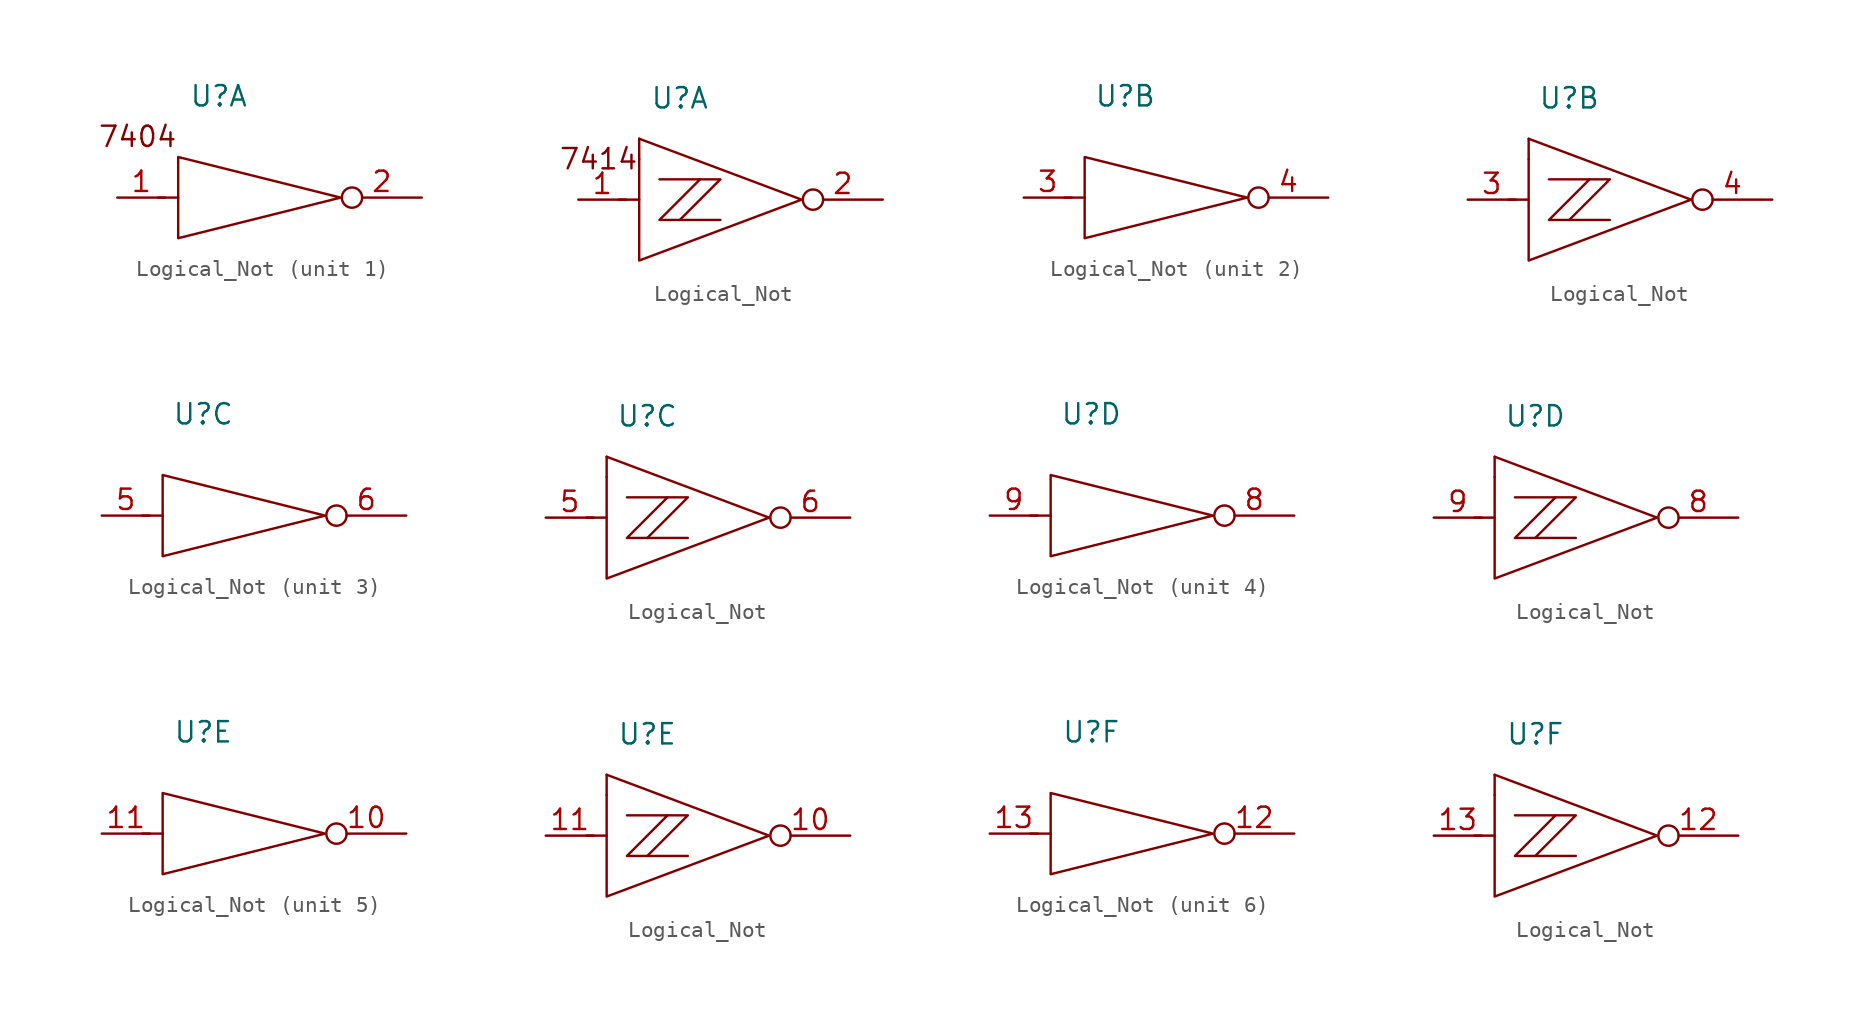
<source format=kicad_sym>
(kicad_symbol_lib
  (version 20231120)
  (generator "kicad_symbol_editor")
  (generator_version "8.0")
  (symbol "Logical_Not"
    (pin_names hide)
    (property "Reference" "U"
      (at 0 0 0)
      (effects (font (size 1.27 1.27))))
    (symbol "Logical_Not_0_0"
      (polyline (pts (xy -3.81 -6.35) (xy -2.54 -6.35)) (stroke (width 0) (type default)) (fill (type none))))
    (symbol "Logical_Not_0_1"
      (polyline (pts (xy -2.54 -3.81) (xy -2.54 -8.89) (xy 7.62 -6.35) (xy -2.54 -3.81)) (stroke (width 0) (type default)) (fill (type none))))
    (symbol "Logical_Not_0_2"
      (polyline (pts (xy -2.54 -2.54) (xy -2.54 -3.81)) (stroke (width 0) (type default)) (fill (type none)))
      (polyline (pts (xy 1.27 -5.08) (xy 2.54 -5.08) (xy 0 -7.62)) (stroke (width 0) (type default)) (fill (type none)))
      (polyline (pts (xy -2.54 -2.54) (xy 7.62 -6.35) (xy -2.54 -10.16) (xy -2.54 -3.81)) (stroke (width 0) (type default)) (fill (type none)))
      (polyline (pts (xy -1.27 -5.08) (xy 1.27 -5.08) (xy -1.27 -7.62) (xy 2.54 -7.62)) (stroke (width 0) (type default)) (fill (type none))))
    (symbol "Logical_Not_1_1"
      (text "7404" (at -5.08 -2.54 0) (effects (font (size 1.27 1.27))))
      (pin input line (at -6.35 -6.35 0) (length 3) (name "A" (effects (font (size 1.27 1.27)))) (number "1" (effects (font (size 1.27 1.27)))))
      (pin output inverted (at 12.7 -6.35 180) (length 5) (name "Y" (effects (font (size 1.27 1.27)))) (number "2" (effects (font (size 1.27 1.27))))))
    (symbol "Logical_Not_1_2"
      (text "7414" (at -5.08 -3.81 0) (effects (font (size 1.27 1.27))))
      (pin input line (at -6.35 -6.35 0) (length 3) (name "A" (effects (font (size 1.27 1.27)))) (number "1" (effects (font (size 1.27 1.27)))))
      (pin output inverted (at 12.7 -6.35 180) (length 5) (name "Y" (effects (font (size 1.27 1.27)))) (number "2" (effects (font (size 1.27 1.27))))))
    (symbol "Logical_Not_2_1"
      (pin input line (at -6.35 -6.35 0) (length 3) (name "A" (effects (font (size 1.27 1.27)))) (number "3" (effects (font (size 1.27 1.27)))))
      (pin output inverted (at 12.7 -6.35 180) (length 5) (name "Y" (effects (font (size 1.27 1.27)))) (number "4" (effects (font (size 1.27 1.27))))))
    (symbol "Logical_Not_2_2"
      (pin input line (at -6.35 -6.35 0) (length 3) (name "A" (effects (font (size 1.27 1.27)))) (number "3" (effects (font (size 1.27 1.27)))))
      (pin output inverted (at 12.7 -6.35 180) (length 5) (name "Y" (effects (font (size 1.27 1.27)))) (number "4" (effects (font (size 1.27 1.27))))))
    (symbol "Logical_Not_3_1"
      (pin input line (at -6.35 -6.35 0) (length 3) (name "A" (effects (font (size 1.27 1.27)))) (number "5" (effects (font (size 1.27 1.27)))))
      (pin output inverted (at 12.7 -6.35 180) (length 5) (name "Y" (effects (font (size 1.27 1.27)))) (number "6" (effects (font (size 1.27 1.27))))))
    (symbol "Logical_Not_3_2"
      (pin input line (at -6.35 -6.35 0) (length 3) (name "A" (effects (font (size 1.27 1.27)))) (number "5" (effects (font (size 1.27 1.27)))))
      (pin output inverted (at 12.7 -6.35 180) (length 5) (name "Y" (effects (font (size 1.27 1.27)))) (number "6" (effects (font (size 1.27 1.27))))))
    (symbol "Logical_Not_4_1"
      (pin output inverted (at 12.7 -6.35 180) (length 5) (name "Y" (effects (font (size 1.27 1.27)))) (number "8" (effects (font (size 1.27 1.27)))))
      (pin input line (at -6.35 -6.35 0) (length 3) (name "A" (effects (font (size 1.27 1.27)))) (number "9" (effects (font (size 1.27 1.27))))))
    (symbol "Logical_Not_4_2"
      (pin output inverted (at 12.7 -6.35 180) (length 5) (name "Y" (effects (font (size 1.27 1.27)))) (number "8" (effects (font (size 1.27 1.27)))))
      (pin input line (at -6.35 -6.35 0) (length 3) (name "A" (effects (font (size 1.27 1.27)))) (number "9" (effects (font (size 1.27 1.27))))))
    (symbol "Logical_Not_5_1"
      (pin output inverted (at 12.7 -6.35 180) (length 5) (name "Y" (effects (font (size 1.27 1.27)))) (number "10" (effects (font (size 1.27 1.27)))))
      (pin input line (at -6.35 -6.35 0) (length 3) (name "A" (effects (font (size 1.27 1.27)))) (number "11" (effects (font (size 1.27 1.27))))))
    (symbol "Logical_Not_5_2"
      (pin output inverted (at 12.7 -6.35 180) (length 5) (name "Y" (effects (font (size 1.27 1.27)))) (number "10" (effects (font (size 1.27 1.27)))))
      (pin input line (at -6.35 -6.35 0) (length 3) (name "A" (effects (font (size 1.27 1.27)))) (number "11" (effects (font (size 1.27 1.27))))))
    (symbol "Logical_Not_6_1"
      (pin output inverted (at 12.7 -6.35 180) (length 5) (name "Y" (effects (font (size 1.27 1.27)))) (number "12" (effects (font (size 1.27 1.27)))))
      (pin input line (at -6.35 -6.35 0) (length 3) (name "A" (effects (font (size 1.27 1.27)))) (number "13" (effects (font (size 1.27 1.27))))))
    (symbol "Logical_Not_6_2"
      (pin output inverted (at 12.7 -6.35 180) (length 5) (name "Y" (effects (font (size 1.27 1.27)))) (number "12" (effects (font (size 1.27 1.27)))))
      (pin input line (at -6.35 -6.35 0) (length 3) (name "A" (effects (font (size 1.27 1.27)))) (number "13" (effects (font (size 1.27 1.27))))))))
</source>
